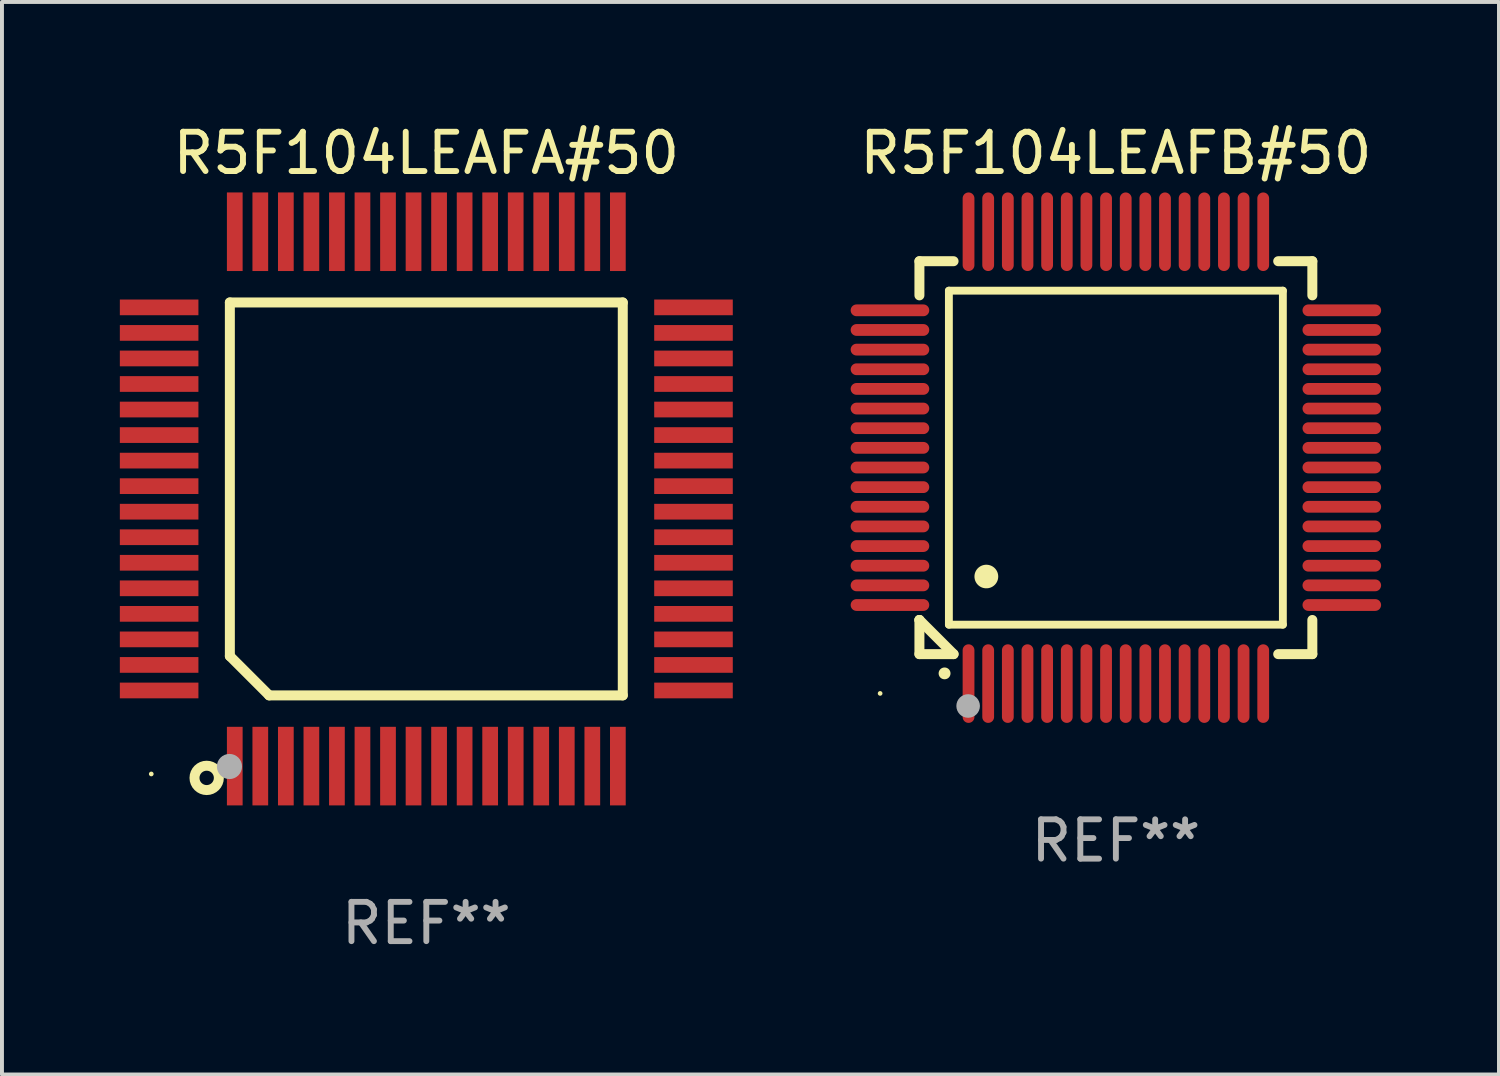
<source format=kicad_pcb>
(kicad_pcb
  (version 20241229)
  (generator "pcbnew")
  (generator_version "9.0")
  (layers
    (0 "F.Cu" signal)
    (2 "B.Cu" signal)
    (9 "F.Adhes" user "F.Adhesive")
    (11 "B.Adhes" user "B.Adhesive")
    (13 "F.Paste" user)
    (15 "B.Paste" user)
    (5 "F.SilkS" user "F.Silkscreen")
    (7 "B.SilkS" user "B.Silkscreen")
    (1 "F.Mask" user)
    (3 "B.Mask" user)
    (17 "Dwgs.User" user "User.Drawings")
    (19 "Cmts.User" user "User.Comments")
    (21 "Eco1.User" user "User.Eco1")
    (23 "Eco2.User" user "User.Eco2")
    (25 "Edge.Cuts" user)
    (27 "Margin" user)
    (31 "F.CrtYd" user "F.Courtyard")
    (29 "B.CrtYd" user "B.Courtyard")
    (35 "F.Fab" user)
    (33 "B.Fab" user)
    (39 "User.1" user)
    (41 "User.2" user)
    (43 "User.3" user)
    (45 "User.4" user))
  (footprint "R5F104LEAFB#50"
    (layer "F.Cu")
    (at 25.35 8.598)
    (property "Reference" "R5F104LEAFB#50" (at 0 -7.75 0) (layer "F.SilkS") (effects (font (size 1 1) (thickness 0.15))))
    (attr through_hole)
    (fp_line (start -5 -5) (end -4.131 -5) (stroke (width 0.254) (type solid)) (layer "F.SilkS"))
    (fp_line (start -5 -4.131) (end -5 -5) (stroke (width 0.254) (type solid)) (layer "F.SilkS"))
    (fp_line (start -5 4.131) (end -5 4.131) (stroke (width 0.254) (type solid)) (layer "F.SilkS"))
    (fp_line (start -5 5) (end -5 4.131) (stroke (width 0.254) (type solid)) (layer "F.SilkS"))
    (fp_line (start -5 4.131) (end -4.131 5) (stroke (width 0.254) (type solid)) (layer "F.SilkS"))
    (fp_line (start -4.25 -4.25) (end -4.25 4.25) (stroke (width 0.2) (type solid)) (layer "F.SilkS"))
    (fp_line (start -4.25 4.25) (end 4.25 4.25) (stroke (width 0.2) (type solid)) (layer "F.SilkS"))
    (fp_line (start -4.131 5) (end -5 5) (stroke (width 0.254) (type solid)) (layer "F.SilkS"))
    (fp_line (start 4.25 -4.25) (end -4.25 -4.25) (stroke (width 0.2) (type solid)) (layer "F.SilkS"))
    (fp_line (start 4.25 4.25) (end 4.25 -4.25) (stroke (width 0.2) (type solid)) (layer "F.SilkS"))
    (fp_line (start 5 -5) (end 4.131 -5) (stroke (width 0.254) (type solid)) (layer "F.SilkS"))
    (fp_line (start 5 -5) (end 5 -4.131) (stroke (width 0.254) (type solid)) (layer "F.SilkS"))
    (fp_line (start 5 4.131) (end 5 5) (stroke (width 0.254) (type solid)) (layer "F.SilkS"))
    (fp_line (start 5 5) (end 4.131 5) (stroke (width 0.254) (type solid)) (layer "F.SilkS"))
    (fp_arc (start -4.361265 5.489992) (mid -4.359995 5.489987) (end -4.358725 5.489992) (stroke (width 0.3) (type solid)) (layer "F.SilkS"))
    (fp_arc (start -3.299467 3.025146) (mid -3.296927 3.025135) (end -3.294387 3.025146) (stroke (width 0.6) (type solid)) (layer "F.SilkS"))
    (fp_circle (center -6 6) (end -5.97 6) (stroke (width 0.06) (type solid)) (fill no) (layer "F.SilkS"))
    (fp_circle (center -3.76 6.32) (end -3.61 6.32) (stroke (width 0.3) (type solid)) (fill no) (layer "F.Fab"))
    (fp_text user "REF**" (at 0 9.75 0) (layer "F.Fab") (effects (font (size 1 1) (thickness 0.15))))
    (pad "1" smd oval (at -3.75 5.75) (size 0.3 2) (layers "F.Cu" "F.Mask" "F.Paste"))
    (pad "2" smd oval (at -3.25 5.75) (size 0.3 2) (layers "F.Cu" "F.Mask" "F.Paste"))
    (pad "3" smd oval (at -2.75 5.75) (size 0.3 2) (layers "F.Cu" "F.Mask" "F.Paste"))
    (pad "4" smd oval (at -2.25 5.75) (size 0.3 2) (layers "F.Cu" "F.Mask" "F.Paste"))
    (pad "5" smd oval (at -1.75 5.75) (size 0.3 2) (layers "F.Cu" "F.Mask" "F.Paste"))
    (pad "6" smd oval (at -1.25 5.75) (size 0.3 2) (layers "F.Cu" "F.Mask" "F.Paste"))
    (pad "7" smd oval (at -0.75 5.75) (size 0.3 2) (layers "F.Cu" "F.Mask" "F.Paste"))
    (pad "8" smd oval (at -0.25 5.75) (size 0.3 2) (layers "F.Cu" "F.Mask" "F.Paste"))
    (pad "9" smd oval (at 0.25 5.75) (size 0.3 2) (layers "F.Cu" "F.Mask" "F.Paste"))
    (pad "10" smd oval (at 0.75 5.75) (size 0.3 2) (layers "F.Cu" "F.Mask" "F.Paste"))
    (pad "11" smd oval (at 1.25 5.75) (size 0.3 2) (layers "F.Cu" "F.Mask" "F.Paste"))
    (pad "12" smd oval (at 1.75 5.75) (size 0.3 2) (layers "F.Cu" "F.Mask" "F.Paste"))
    (pad "13" smd oval (at 2.25 5.75) (size 0.3 2) (layers "F.Cu" "F.Mask" "F.Paste"))
    (pad "14" smd oval (at 2.75 5.75) (size 0.3 2) (layers "F.Cu" "F.Mask" "F.Paste"))
    (pad "15" smd oval (at 3.25 5.75) (size 0.3 2) (layers "F.Cu" "F.Mask" "F.Paste"))
    (pad "16" smd oval (at 3.75 5.75) (size 0.3 2) (layers "F.Cu" "F.Mask" "F.Paste"))
    (pad "17" smd oval (at 5.75 3.75) (size 2 0.3) (layers "F.Cu" "F.Mask" "F.Paste"))
    (pad "18" smd oval (at 5.75 3.25) (size 2 0.3) (layers "F.Cu" "F.Mask" "F.Paste"))
    (pad "19" smd oval (at 5.75 2.75) (size 2 0.3) (layers "F.Cu" "F.Mask" "F.Paste"))
    (pad "20" smd oval (at 5.75 2.25) (size 2 0.3) (layers "F.Cu" "F.Mask" "F.Paste"))
    (pad "21" smd oval (at 5.75 1.75) (size 2 0.3) (layers "F.Cu" "F.Mask" "F.Paste"))
    (pad "22" smd oval (at 5.75 1.25) (size 2 0.3) (layers "F.Cu" "F.Mask" "F.Paste"))
    (pad "23" smd oval (at 5.75 0.75) (size 2 0.3) (layers "F.Cu" "F.Mask" "F.Paste"))
    (pad "24" smd oval (at 5.75 0.25) (size 2 0.3) (layers "F.Cu" "F.Mask" "F.Paste"))
    (pad "25" smd oval (at 5.75 -0.25) (size 2 0.3) (layers "F.Cu" "F.Mask" "F.Paste"))
    (pad "26" smd oval (at 5.75 -0.75) (size 2 0.3) (layers "F.Cu" "F.Mask" "F.Paste"))
    (pad "27" smd oval (at 5.75 -1.25) (size 2 0.3) (layers "F.Cu" "F.Mask" "F.Paste"))
    (pad "28" smd oval (at 5.75 -1.75) (size 2 0.3) (layers "F.Cu" "F.Mask" "F.Paste"))
    (pad "29" smd oval (at 5.75 -2.25) (size 2 0.3) (layers "F.Cu" "F.Mask" "F.Paste"))
    (pad "30" smd oval (at 5.75 -2.75) (size 2 0.3) (layers "F.Cu" "F.Mask" "F.Paste"))
    (pad "31" smd oval (at 5.75 -3.25) (size 2 0.3) (layers "F.Cu" "F.Mask" "F.Paste"))
    (pad "32" smd oval (at 5.75 -3.75) (size 2 0.3) (layers "F.Cu" "F.Mask" "F.Paste"))
    (pad "33" smd oval (at 3.75 -5.75) (size 0.3 2) (layers "F.Cu" "F.Mask" "F.Paste"))
    (pad "34" smd oval (at 3.25 -5.75) (size 0.3 2) (layers "F.Cu" "F.Mask" "F.Paste"))
    (pad "35" smd oval (at 2.75 -5.75) (size 0.3 2) (layers "F.Cu" "F.Mask" "F.Paste"))
    (pad "36" smd oval (at 2.25 -5.75) (size 0.3 2) (layers "F.Cu" "F.Mask" "F.Paste"))
    (pad "37" smd oval (at 1.75 -5.75) (size 0.3 2) (layers "F.Cu" "F.Mask" "F.Paste"))
    (pad "38" smd oval (at 1.25 -5.75) (size 0.3 2) (layers "F.Cu" "F.Mask" "F.Paste"))
    (pad "39" smd oval (at 0.75 -5.75) (size 0.3 2) (layers "F.Cu" "F.Mask" "F.Paste"))
    (pad "40" smd oval (at 0.25 -5.75) (size 0.3 2) (layers "F.Cu" "F.Mask" "F.Paste"))
    (pad "41" smd oval (at -0.25 -5.75) (size 0.3 2) (layers "F.Cu" "F.Mask" "F.Paste"))
    (pad "42" smd oval (at -0.75 -5.75) (size 0.3 2) (layers "F.Cu" "F.Mask" "F.Paste"))
    (pad "43" smd oval (at -1.25 -5.75) (size 0.3 2) (layers "F.Cu" "F.Mask" "F.Paste"))
    (pad "44" smd oval (at -1.75 -5.75) (size 0.3 2) (layers "F.Cu" "F.Mask" "F.Paste"))
    (pad "45" smd oval (at -2.25 -5.75) (size 0.3 2) (layers "F.Cu" "F.Mask" "F.Paste"))
    (pad "46" smd oval (at -2.75 -5.75) (size 0.3 2) (layers "F.Cu" "F.Mask" "F.Paste"))
    (pad "47" smd oval (at -3.25 -5.75) (size 0.3 2) (layers "F.Cu" "F.Mask" "F.Paste"))
    (pad "48" smd oval (at -3.75 -5.75) (size 0.3 2) (layers "F.Cu" "F.Mask" "F.Paste"))
    (pad "49" smd oval (at -5.75 -3.75) (size 2 0.3) (layers "F.Cu" "F.Mask" "F.Paste"))
    (pad "50" smd oval (at -5.75 -3.25) (size 2 0.3) (layers "F.Cu" "F.Mask" "F.Paste"))
    (pad "51" smd oval (at -5.75 -2.75) (size 2 0.3) (layers "F.Cu" "F.Mask" "F.Paste"))
    (pad "52" smd oval (at -5.75 -2.25) (size 2 0.3) (layers "F.Cu" "F.Mask" "F.Paste"))
    (pad "53" smd oval (at -5.75 -1.75) (size 2 0.3) (layers "F.Cu" "F.Mask" "F.Paste"))
    (pad "54" smd oval (at -5.75 -1.25) (size 2 0.3) (layers "F.Cu" "F.Mask" "F.Paste"))
    (pad "55" smd oval (at -5.75 -0.75) (size 2 0.3) (layers "F.Cu" "F.Mask" "F.Paste"))
    (pad "56" smd oval (at -5.75 -0.25) (size 2 0.3) (layers "F.Cu" "F.Mask" "F.Paste"))
    (pad "57" smd oval (at -5.75 0.25) (size 2 0.3) (layers "F.Cu" "F.Mask" "F.Paste"))
    (pad "58" smd oval (at -5.75 0.75) (size 2 0.3) (layers "F.Cu" "F.Mask" "F.Paste"))
    (pad "59" smd oval (at -5.75 1.25) (size 2 0.3) (layers "F.Cu" "F.Mask" "F.Paste"))
    (pad "60" smd oval (at -5.75 1.75) (size 2 0.3) (layers "F.Cu" "F.Mask" "F.Paste"))
    (pad "61" smd oval (at -5.75 2.25) (size 2 0.3) (layers "F.Cu" "F.Mask" "F.Paste"))
    (pad "62" smd oval (at -5.75 2.75) (size 2 0.3) (layers "F.Cu" "F.Mask" "F.Paste"))
    (pad "63" smd oval (at -5.75 3.25) (size 2 0.3) (layers "F.Cu" "F.Mask" "F.Paste"))
    (pad "64" smd oval (at -5.75 3.75) (size 2 0.3) (layers "F.Cu" "F.Mask" "F.Paste")))
  (footprint "R5F104LEAFA#50"
    (layer "F.Cu")
    (at 7.8 9.648)
    (property "Reference" "R5F104LEAFA#50" (at 0 -8.8 0) (layer "F.SilkS") (effects (font (size 1 1) (thickness 0.15))))
    (attr through_hole)
    (fp_line (start -5 -5) (end 5 -5) (stroke (width 0.254) (type solid)) (layer "F.SilkS"))
    (fp_line (start -5 4) (end -5 -5) (stroke (width 0.254) (type solid)) (layer "F.SilkS"))
    (fp_line (start -4 5) (end -5 4) (stroke (width 0.254) (type solid)) (layer "F.SilkS"))
    (fp_line (start 5 -5) (end 5 5) (stroke (width 0.254) (type solid)) (layer "F.SilkS"))
    (fp_line (start 5 5) (end -4 5) (stroke (width 0.254) (type solid)) (layer "F.SilkS"))
    (fp_circle (center -7 7) (end -6.97 7) (stroke (width 0.06) (type solid)) (fill no) (layer "F.SilkS"))
    (fp_circle (center -5.59 7.1) (end -5.28 7.1) (stroke (width 0.254) (type solid)) (fill no) (layer "F.SilkS"))
    (fp_circle (center -5.01 6.81) (end -4.85 6.81) (stroke (width 0.32) (type solid)) (fill no) (layer "F.Fab"))
    (fp_text user "REF**" (at 0 10.8 0) (layer "F.Fab") (effects (font (size 1 1) (thickness 0.15))))
    (pad "1" smd rect (at -4.875 6.8) (size 0.4 2) (layers "F.Cu" "F.Mask" "F.Paste"))
    (pad "2" smd rect (at -4.225 6.8) (size 0.4 2) (layers "F.Cu" "F.Mask" "F.Paste"))
    (pad "3" smd rect (at -3.575 6.8) (size 0.4 2) (layers "F.Cu" "F.Mask" "F.Paste"))
    (pad "4" smd rect (at -2.925 6.8) (size 0.4 2) (layers "F.Cu" "F.Mask" "F.Paste"))
    (pad "5" smd rect (at -2.275 6.8) (size 0.4 2) (layers "F.Cu" "F.Mask" "F.Paste"))
    (pad "6" smd rect (at -1.625 6.8) (size 0.4 2) (layers "F.Cu" "F.Mask" "F.Paste"))
    (pad "7" smd rect (at -0.975 6.8) (size 0.4 2) (layers "F.Cu" "F.Mask" "F.Paste"))
    (pad "8" smd rect (at -0.325 6.8) (size 0.4 2) (layers "F.Cu" "F.Mask" "F.Paste"))
    (pad "9" smd rect (at 0.325 6.8) (size 0.4 2) (layers "F.Cu" "F.Mask" "F.Paste"))
    (pad "10" smd rect (at 0.975 6.8) (size 0.4 2) (layers "F.Cu" "F.Mask" "F.Paste"))
    (pad "11" smd rect (at 1.625 6.8) (size 0.4 2) (layers "F.Cu" "F.Mask" "F.Paste"))
    (pad "12" smd rect (at 2.275 6.8) (size 0.4 2) (layers "F.Cu" "F.Mask" "F.Paste"))
    (pad "13" smd rect (at 2.925 6.8) (size 0.4 2) (layers "F.Cu" "F.Mask" "F.Paste"))
    (pad "14" smd rect (at 3.575 6.8) (size 0.4 2) (layers "F.Cu" "F.Mask" "F.Paste"))
    (pad "15" smd rect (at 4.225 6.8) (size 0.4 2) (layers "F.Cu" "F.Mask" "F.Paste"))
    (pad "16" smd rect (at 4.875 6.8) (size 0.4 2) (layers "F.Cu" "F.Mask" "F.Paste"))
    (pad "17" smd rect (at 6.8 4.875) (size 2 0.4) (layers "F.Cu" "F.Mask" "F.Paste"))
    (pad "18" smd rect (at 6.8 4.225) (size 2 0.4) (layers "F.Cu" "F.Mask" "F.Paste"))
    (pad "19" smd rect (at 6.8 3.575) (size 2 0.4) (layers "F.Cu" "F.Mask" "F.Paste"))
    (pad "20" smd rect (at 6.8 2.925) (size 2 0.4) (layers "F.Cu" "F.Mask" "F.Paste"))
    (pad "21" smd rect (at 6.8 2.275) (size 2 0.4) (layers "F.Cu" "F.Mask" "F.Paste"))
    (pad "22" smd rect (at 6.8 1.625) (size 2 0.4) (layers "F.Cu" "F.Mask" "F.Paste"))
    (pad "23" smd rect (at 6.8 0.975) (size 2 0.4) (layers "F.Cu" "F.Mask" "F.Paste"))
    (pad "24" smd rect (at 6.8 0.325) (size 2 0.4) (layers "F.Cu" "F.Mask" "F.Paste"))
    (pad "25" smd rect (at 6.8 -0.325) (size 2 0.4) (layers "F.Cu" "F.Mask" "F.Paste"))
    (pad "26" smd rect (at 6.8 -0.975) (size 2 0.4) (layers "F.Cu" "F.Mask" "F.Paste"))
    (pad "27" smd rect (at 6.8 -1.625) (size 2 0.4) (layers "F.Cu" "F.Mask" "F.Paste"))
    (pad "28" smd rect (at 6.8 -2.275) (size 2 0.4) (layers "F.Cu" "F.Mask" "F.Paste"))
    (pad "29" smd rect (at 6.8 -2.925) (size 2 0.4) (layers "F.Cu" "F.Mask" "F.Paste"))
    (pad "30" smd rect (at 6.8 -3.575) (size 2 0.4) (layers "F.Cu" "F.Mask" "F.Paste"))
    (pad "31" smd rect (at 6.8 -4.225) (size 2 0.4) (layers "F.Cu" "F.Mask" "F.Paste"))
    (pad "32" smd rect (at 6.8 -4.875) (size 2 0.4) (layers "F.Cu" "F.Mask" "F.Paste"))
    (pad "33" smd rect (at 4.875 -6.8) (size 0.4 2) (layers "F.Cu" "F.Mask" "F.Paste"))
    (pad "34" smd rect (at 4.225 -6.8) (size 0.4 2) (layers "F.Cu" "F.Mask" "F.Paste"))
    (pad "35" smd rect (at 3.575 -6.8) (size 0.4 2) (layers "F.Cu" "F.Mask" "F.Paste"))
    (pad "36" smd rect (at 2.925 -6.8) (size 0.4 2) (layers "F.Cu" "F.Mask" "F.Paste"))
    (pad "37" smd rect (at 2.275 -6.8) (size 0.4 2) (layers "F.Cu" "F.Mask" "F.Paste"))
    (pad "38" smd rect (at 1.625 -6.8) (size 0.4 2) (layers "F.Cu" "F.Mask" "F.Paste"))
    (pad "39" smd rect (at 0.975 -6.8) (size 0.4 2) (layers "F.Cu" "F.Mask" "F.Paste"))
    (pad "40" smd rect (at 0.325 -6.8) (size 0.4 2) (layers "F.Cu" "F.Mask" "F.Paste"))
    (pad "41" smd rect (at -0.325 -6.8) (size 0.4 2) (layers "F.Cu" "F.Mask" "F.Paste"))
    (pad "42" smd rect (at -0.975 -6.8) (size 0.4 2) (layers "F.Cu" "F.Mask" "F.Paste"))
    (pad "43" smd rect (at -1.625 -6.8) (size 0.4 2) (layers "F.Cu" "F.Mask" "F.Paste"))
    (pad "44" smd rect (at -2.275 -6.8) (size 0.4 2) (layers "F.Cu" "F.Mask" "F.Paste"))
    (pad "45" smd rect (at -2.925 -6.8) (size 0.4 2) (layers "F.Cu" "F.Mask" "F.Paste"))
    (pad "46" smd rect (at -3.575 -6.8) (size 0.4 2) (layers "F.Cu" "F.Mask" "F.Paste"))
    (pad "47" smd rect (at -4.225 -6.8) (size 0.4 2) (layers "F.Cu" "F.Mask" "F.Paste"))
    (pad "48" smd rect (at -4.875 -6.8) (size 0.4 2) (layers "F.Cu" "F.Mask" "F.Paste"))
    (pad "49" smd rect (at -6.8 -4.875) (size 2 0.4) (layers "F.Cu" "F.Mask" "F.Paste"))
    (pad "50" smd rect (at -6.8 -4.225) (size 2 0.4) (layers "F.Cu" "F.Mask" "F.Paste"))
    (pad "51" smd rect (at -6.8 -3.575) (size 2 0.4) (layers "F.Cu" "F.Mask" "F.Paste"))
    (pad "52" smd rect (at -6.8 -2.925) (size 2 0.4) (layers "F.Cu" "F.Mask" "F.Paste"))
    (pad "53" smd rect (at -6.8 -2.275) (size 2 0.4) (layers "F.Cu" "F.Mask" "F.Paste"))
    (pad "54" smd rect (at -6.8 -1.625) (size 2 0.4) (layers "F.Cu" "F.Mask" "F.Paste"))
    (pad "55" smd rect (at -6.8 -0.975) (size 2 0.4) (layers "F.Cu" "F.Mask" "F.Paste"))
    (pad "56" smd rect (at -6.8 -0.325) (size 2 0.4) (layers "F.Cu" "F.Mask" "F.Paste"))
    (pad "57" smd rect (at -6.8 0.325) (size 2 0.4) (layers "F.Cu" "F.Mask" "F.Paste"))
    (pad "58" smd rect (at -6.8 0.975) (size 2 0.4) (layers "F.Cu" "F.Mask" "F.Paste"))
    (pad "59" smd rect (at -6.8 1.625) (size 2 0.4) (layers "F.Cu" "F.Mask" "F.Paste"))
    (pad "60" smd rect (at -6.8 2.275) (size 2 0.4) (layers "F.Cu" "F.Mask" "F.Paste"))
    (pad "61" smd rect (at -6.8 2.925) (size 2 0.4) (layers "F.Cu" "F.Mask" "F.Paste"))
    (pad "62" smd rect (at -6.8 3.575) (size 2 0.4) (layers "F.Cu" "F.Mask" "F.Paste"))
    (pad "63" smd rect (at -6.8 4.225) (size 2 0.4) (layers "F.Cu" "F.Mask" "F.Paste"))
    (pad "64" smd rect (at -6.8 4.875) (size 2 0.4) (layers "F.Cu" "F.Mask" "F.Paste")))
  (gr_rect
    (start -3 -3)
    (end 35.1 24.297)
    (stroke (width 0.1) (type default))
    (fill no)
    (layer "Edge.Cuts")))
</source>
